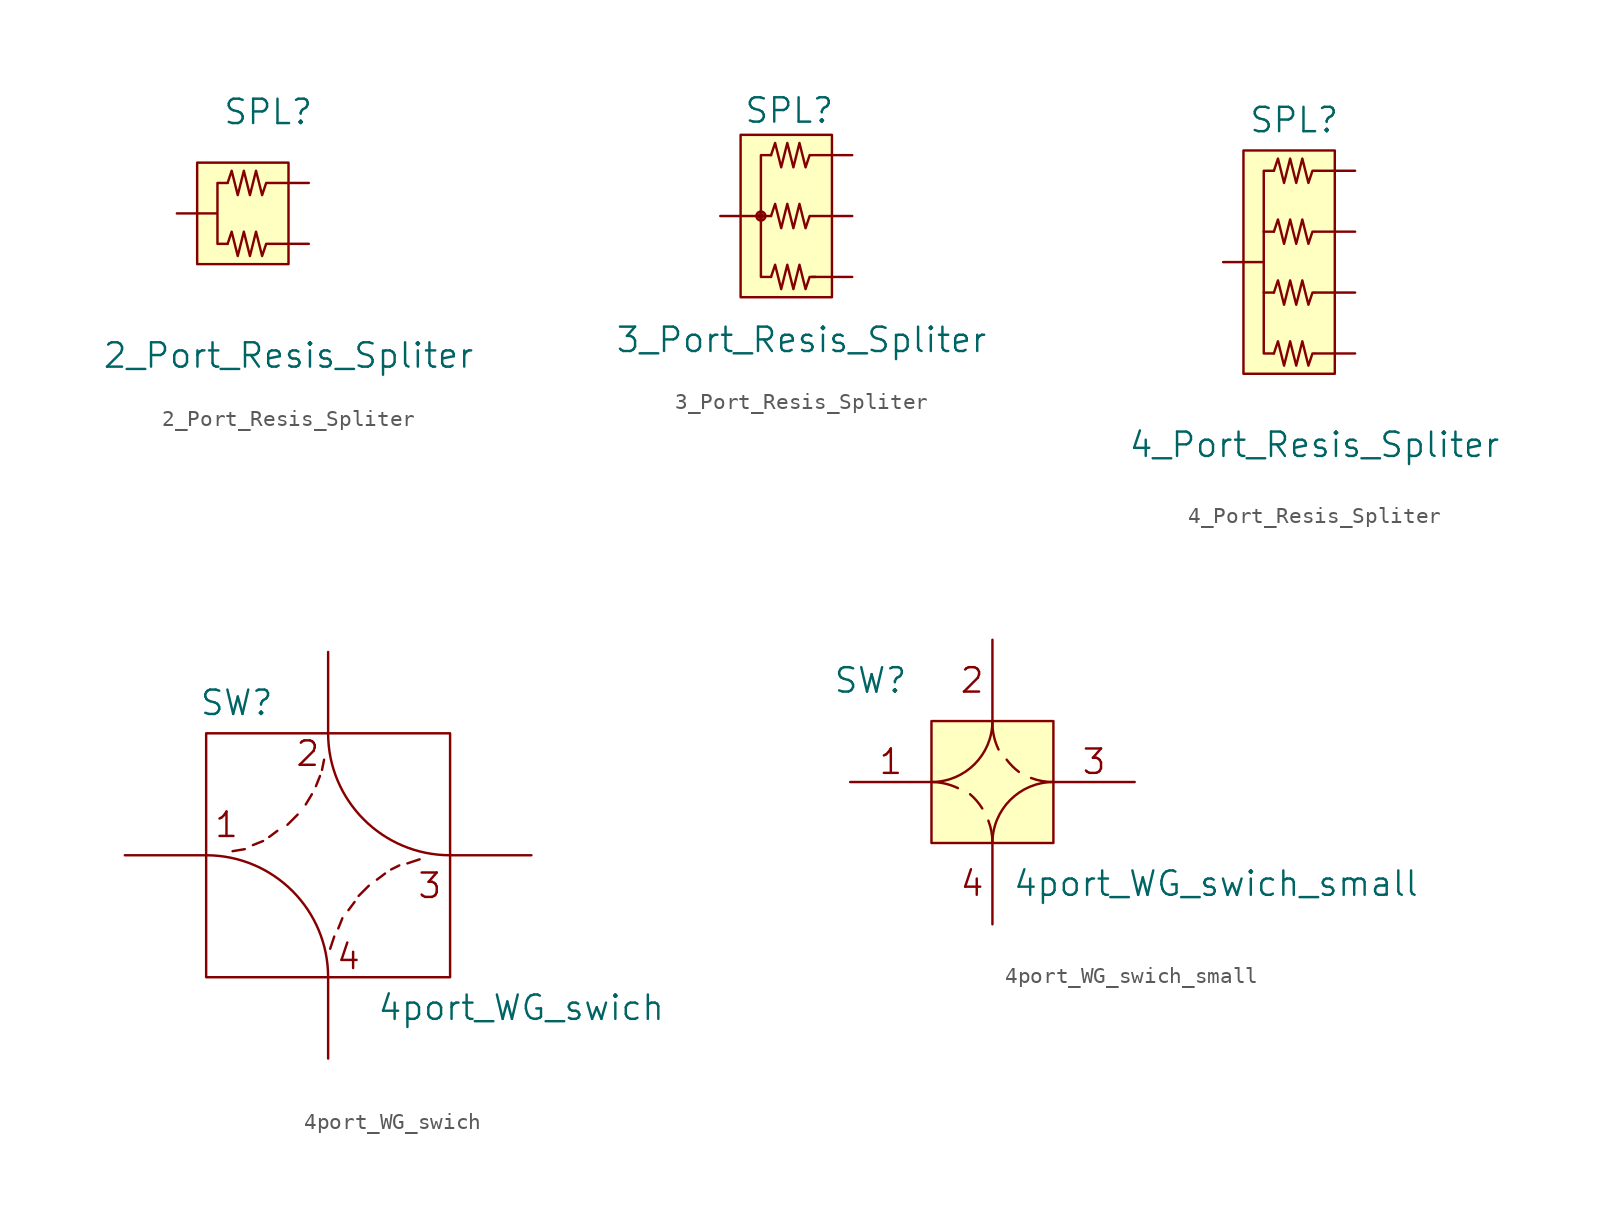
<source format=kicad_sym>
(kicad_symbol_lib
  (version 20211014)
  (generator kicad_symbol_editor)
  (symbol "2_Port_Resis_Spliter"
    (pin_names
      (offset 1.016))
    (property "Reference" "SPL"
      (at -1.27 6.35 0)
      (effects (font (size 1.524 1.524))))
    (property "Value" "2_Port_Resis_Spliter"
      (at 0 -8.89 0)
      (effects (font (size 1.524 1.524))))
    (property "Footprint" ""
      (at 1.27 1.27 0)
      (effects (font (size 1.524 1.524))))
    (property "Datasheet" ""
      (at 1.27 1.27 0)
      (effects (font (size 1.524 1.524))))
    (symbol "2_Port_Resis_Spliter_0_1"
      (rectangle (start -5.715 3.175) (end 0 -3.175) (stroke (width 0) (type default) (color 0 0 0 0)) (fill (type background)))
      (polyline (pts (xy -3.81 1.905) (xy -4.445 1.905) (xy -4.445 0) (xy -4.445 -1.905) (xy -3.81 -1.905)) (stroke (width 0) (type default) (color 0 0 0 0)) (fill (type none)))
      (polyline (pts (xy -3.81 -1.905) (xy -3.556 -1.143) (xy -3.175 -2.667) (xy -2.794 -1.143) (xy -2.413 -2.667) (xy -2.032 -1.143) (xy -1.651 -2.667) (xy -1.397 -1.905) (xy -1.27 -1.905)) (stroke (width 0) (type default) (color 0 0 0 0)) (fill (type none)))
      (polyline (pts (xy -3.81 1.905) (xy -3.556 2.667) (xy -3.175 1.143) (xy -2.794 2.667) (xy -2.413 1.143) (xy -2.032 2.667) (xy -1.651 1.143) (xy -1.397 1.905) (xy -1.27 1.905)) (stroke (width 0) (type default) (color 0 0 0 0)) (fill (type none))))
    (symbol "2_Port_Resis_Spliter_1_1"
      (pin input line (at -6.985 0 0) (length 2.489) (name "~" (effects (font (size 1.27 1.27)))) (number "~" (effects (font (size 1.27 1.27)))))
      (pin input line (at 1.27 -1.905 180) (length 2.489) (name "~" (effects (font (size 1.27 1.27)))) (number "~" (effects (font (size 1.27 1.27)))))
      (pin input line (at 1.27 1.905 180) (length 2.489) (name "~" (effects (font (size 1.27 1.27)))) (number "~" (effects (font (size 1.27 1.27)))))))
  (symbol "3_Port_Resis_Spliter"
    (pin_names
      (offset 1.016))
    (property "Reference" "SPL"
      (at -2.667 4.699 0)
      (effects (font (size 1.524 1.524))))
    (property "Value" "3_Port_Resis_Spliter"
      (at -1.905 -9.652 0)
      (effects (font (size 1.524 1.524))))
    (property "Footprint" ""
      (at 1.27 1.27 0)
      (effects (font (size 1.524 1.524))))
    (property "Datasheet" ""
      (at 1.27 1.27 0)
      (effects (font (size 1.524 1.524))))
    (symbol "3_Port_Resis_Spliter_0_1"
      (rectangle (start -5.715 3.175) (end 0 -6.985) (stroke (width 0) (type default) (color 0 0 0 0)) (fill (type background)))
      (circle (center -4.445 -1.905) (radius 0.127) (stroke (width 0) (type default) (color 0 0 0 0)) (fill (type none)))
      (circle (center -4.445 -1.905) (radius 0.279) (stroke (width 0) (type default) (color 0 0 0 0)) (fill (type none)))
      (polyline (pts (xy -4.445 -1.905) (xy -4.445 -5.715) (xy -3.81 -5.715)) (stroke (width 0) (type default) (color 0 0 0 0)) (fill (type none)))
      (polyline (pts (xy -3.81 1.905) (xy -4.445 1.905) (xy -4.445 0) (xy -4.445 -1.905) (xy -3.81 -1.905)) (stroke (width 0) (type default) (color 0 0 0 0)) (fill (type none)))
      (polyline (pts (xy -3.81 -1.905) (xy -3.556 -1.143) (xy -3.175 -2.667) (xy -2.794 -1.143) (xy -2.413 -2.667) (xy -2.032 -1.143) (xy -1.651 -2.667) (xy -1.397 -1.905) (xy -1.27 -1.905)) (stroke (width 0) (type default) (color 0 0 0 0)) (fill (type none)))
      (polyline (pts (xy -3.81 1.905) (xy -3.556 2.667) (xy -3.175 1.143) (xy -2.794 2.667) (xy -2.413 1.143) (xy -2.032 2.667) (xy -1.651 1.143) (xy -1.397 1.905) (xy -1.27 1.905)) (stroke (width 0) (type default) (color 0 0 0 0)) (fill (type none)))
      (polyline (pts (xy -3.81 -5.715) (xy -3.556 -4.953) (xy -3.175 -6.477) (xy -2.794 -4.953) (xy -2.413 -6.477) (xy -2.032 -4.953) (xy -1.651 -6.477) (xy -1.397 -5.715) (xy -1.27 -5.715) (xy -1.016 -5.715)) (stroke (width 0) (type default) (color 0 0 0 0)) (fill (type none))))
    (symbol "3_Port_Resis_Spliter_1_1"
      (pin input line (at -6.985 -1.905 0) (length 2.489) (name "~" (effects (font (size 1.27 1.27)))) (number "~" (effects (font (size 1.27 1.27)))))
      (pin input line (at 1.27 -5.715 180) (length 2.54) (name "~" (effects (font (size 1.27 1.27)))) (number "~" (effects (font (size 1.27 1.27)))))
      (pin input line (at 1.27 -1.905 180) (length 2.489) (name "~" (effects (font (size 1.27 1.27)))) (number "~" (effects (font (size 1.27 1.27)))))
      (pin input line (at 1.27 1.905 180) (length 2.489) (name "~" (effects (font (size 1.27 1.27)))) (number "~" (effects (font (size 1.27 1.27)))))))
  (symbol "4_Port_Resis_Spliter"
    (pin_names
      (offset 1.016))
    (property "Reference" "SPL"
      (at 0 8.89 0)
      (effects (font (size 1.524 1.524))))
    (property "Value" "4_Port_Resis_Spliter"
      (at 1.27 -11.43 0)
      (effects (font (size 1.524 1.524))))
    (property "Footprint" ""
      (at 3.81 5.08 0)
      (effects (font (size 1.524 1.524))))
    (property "Datasheet" ""
      (at 3.81 5.08 0)
      (effects (font (size 1.524 1.524))))
    (symbol "4_Port_Resis_Spliter_0_1"
      (rectangle (start -3.175 6.985) (end 2.54 -6.985) (stroke (width 0) (type default) (color 0 0 0 0)) (fill (type background)))
      (polyline (pts (xy -1.905 -1.905) (xy -1.905 1.905)) (stroke (width 0) (type default) (color 0 0 0 0)) (fill (type none)))
      (polyline (pts (xy -1.27 -1.905) (xy -1.905 -1.905) (xy -1.905 -3.81) (xy -1.905 -5.715) (xy -1.27 -5.715)) (stroke (width 0) (type default) (color 0 0 0 0)) (fill (type none)))
      (polyline (pts (xy -1.27 5.715) (xy -1.905 5.715) (xy -1.905 3.81) (xy -1.905 1.905) (xy -1.27 1.905)) (stroke (width 0) (type default) (color 0 0 0 0)) (fill (type none)))
      (polyline (pts (xy -1.27 -5.715) (xy -1.016 -4.953) (xy -0.635 -6.477) (xy -0.254 -4.953) (xy 0.127 -6.477) (xy 0.508 -4.953) (xy 0.889 -6.477) (xy 1.143 -5.715) (xy 1.27 -5.715)) (stroke (width 0) (type default) (color 0 0 0 0)) (fill (type none)))
      (polyline (pts (xy -1.27 -1.905) (xy -1.016 -1.143) (xy -0.635 -2.667) (xy -0.254 -1.143) (xy 0.127 -2.667) (xy 0.508 -1.143) (xy 0.889 -2.667) (xy 1.143 -1.905) (xy 1.27 -1.905)) (stroke (width 0) (type default) (color 0 0 0 0)) (fill (type none)))
      (polyline (pts (xy -1.27 1.905) (xy -1.016 2.667) (xy -0.635 1.143) (xy -0.254 2.667) (xy 0.127 1.143) (xy 0.508 2.667) (xy 0.889 1.143) (xy 1.143 1.905) (xy 1.27 1.905)) (stroke (width 0) (type default) (color 0 0 0 0)) (fill (type none)))
      (polyline (pts (xy -1.27 5.715) (xy -1.016 6.477) (xy -0.635 4.953) (xy -0.254 6.477) (xy 0.127 4.953) (xy 0.508 6.477) (xy 0.889 4.953) (xy 1.143 5.715) (xy 1.27 5.715)) (stroke (width 0) (type default) (color 0 0 0 0)) (fill (type none))))
    (symbol "4_Port_Resis_Spliter_1_1"
      (pin input line (at -4.445 0 0) (length 2.489) (name "~" (effects (font (size 1.27 1.27)))) (number "~" (effects (font (size 1.27 1.27)))))
      (pin input line (at 3.81 -5.715 180) (length 2.489) (name "~" (effects (font (size 1.27 1.27)))) (number "~" (effects (font (size 1.27 1.27)))))
      (pin input line (at 3.81 -1.905 180) (length 2.489) (name "~" (effects (font (size 1.27 1.27)))) (number "~" (effects (font (size 1.27 1.27)))))
      (pin input line (at 3.81 1.905 180) (length 2.489) (name "~" (effects (font (size 1.27 1.27)))) (number "~" (effects (font (size 1.27 1.27)))))
      (pin input line (at 3.81 5.715 180) (length 2.489) (name "~" (effects (font (size 1.27 1.27)))) (number "~" (effects (font (size 1.27 1.27)))))))
  (symbol "4port_WG_swich"
    (pin_names
      (offset 1.016))
    (property "Reference" "SW"
      (at -5.715 9.525 0)
      (effects (font (size 1.524 1.524))))
    (property "Value" "4port_WG_swich"
      (at 12.065 -9.525 0)
      (effects (font (size 1.524 1.524))))
    (property "Footprint" ""
      (at 0 0 0)
      (effects (font (size 1.524 1.524))))
    (property "Datasheet" ""
      (at 0 0 0)
      (effects (font (size 1.524 1.524))))
    (symbol "4port_WG_swich_0_0"
      (arc (start 0 -7.62) (mid -2.2318 -2.2318) (end -7.62 0) (stroke (width 0) (type default) (color 0 0 0 0)) (fill (type none)))
      (polyline (pts (xy -5.207 0.381) (xy -5.969 0.254)) (stroke (width 0) (type default) (color 0 0 0 0)) (fill (type none)))
      (polyline (pts (xy -4.064 0.889) (xy -4.699 0.635)) (stroke (width 0) (type default) (color 0 0 0 0)) (fill (type none)))
      (polyline (pts (xy -3.175 1.524) (xy -3.683 1.143)) (stroke (width 0) (type default) (color 0 0 0 0)) (fill (type none)))
      (polyline (pts (xy -2.54 1.905) (xy -1.905 2.54)) (stroke (width 0) (type default) (color 0 0 0 0)) (fill (type none)))
      (polyline (pts (xy -1.397 3.175) (xy -1.016 3.81)) (stroke (width 0) (type default) (color 0 0 0 0)) (fill (type none)))
      (polyline (pts (xy -0.762 4.318) (xy -0.508 4.953)) (stroke (width 0) (type default) (color 0 0 0 0)) (fill (type none)))
      (polyline (pts (xy -0.381 5.334) (xy -0.254 5.969)) (stroke (width 0) (type default) (color 0 0 0 0)) (fill (type none)))
      (polyline (pts (xy 0.381 -5.08) (xy 0.127 -5.842)) (stroke (width 0) (type default) (color 0 0 0 0)) (fill (type none)))
      (polyline (pts (xy 0.889 -3.937) (xy 0.635 -4.572)) (stroke (width 0) (type default) (color 0 0 0 0)) (fill (type none)))
      (polyline (pts (xy 1.651 -2.921) (xy 1.27 -3.429)) (stroke (width 0) (type default) (color 0 0 0 0)) (fill (type none)))
      (polyline (pts (xy 1.905 -2.54) (xy 2.54 -1.905)) (stroke (width 0) (type default) (color 0 0 0 0)) (fill (type none)))
      (polyline (pts (xy 3.048 -1.524) (xy 3.556 -1.143)) (stroke (width 0) (type default) (color 0 0 0 0)) (fill (type none)))
      (polyline (pts (xy 3.937 -0.889) (xy 4.445 -0.635)) (stroke (width 0) (type default) (color 0 0 0 0)) (fill (type none)))
      (polyline (pts (xy 4.953 -0.508) (xy 5.715 -0.254)) (stroke (width 0) (type default) (color 0 0 0 0)) (fill (type none)))
      (arc (start 0 7.62) (mid 2.2318 2.2318) (end 7.62 0) (stroke (width 0) (type default) (color 0 0 0 0)) (fill (type none)))
      (text "1" (at -6.35 1.905 0) (effects (font (size 1.524 1.524))))
      (text "2" (at -1.27 6.35 0) (effects (font (size 1.524 1.524))))
      (text "3" (at 6.35 -1.905 0) (effects (font (size 1.524 1.524))))
      (text "4" (at 1.27 -6.35 0) (effects (font (size 1.524 1.524)))))
    (symbol "4port_WG_swich_0_1"
      (rectangle (start 7.62 7.62) (end -7.62 -7.62) (stroke (width 0) (type default) (color 0 0 0 0)) (fill (type none))))
    (symbol "4port_WG_swich_1_1"
      (pin input line (at -12.7 0 0) (length 5.08) (name "~" (effects (font (size 1.27 1.27)))) (number "~" (effects (font (size 1.27 1.27)))))
      (pin input line (at 0 -12.7 90) (length 5.08) (name "~" (effects (font (size 1.27 1.27)))) (number "~" (effects (font (size 1.27 1.27)))))
      (pin input line (at 0 12.7 270) (length 5.08) (name "~" (effects (font (size 1.27 1.27)))) (number "~" (effects (font (size 1.27 1.27)))))
      (pin input line (at 12.7 0 180) (length 5.08) (name "~" (effects (font (size 1.27 1.27)))) (number "~" (effects (font (size 1.27 1.27)))))))
  (symbol "4port_WG_swich_small"
    (pin_names
      (offset 1.016))
    (property "Reference" "SW"
      (at -7.62 6.35 0)
      (effects (font (size 1.524 1.524))))
    (property "Value" "4port_WG_swich_small"
      (at 13.97 -6.35 0)
      (effects (font (size 1.524 1.524))))
    (property "Footprint" ""
      (at 0 0 0)
      (effects (font (size 1.524 1.524))))
    (property "Datasheet" ""
      (at 0 0 0)
      (effects (font (size 1.524 1.524))))
    (symbol "4port_WG_swich_small_0_0"
      (text "1" (at -6.35 1.27 0) (effects (font (size 1.524 1.524))))
      (text "2" (at -1.27 6.35 0) (effects (font (size 1.524 1.524))))
      (text "3" (at 6.35 1.27 0) (effects (font (size 1.524 1.524))))
      (text "4" (at -1.27 -6.35 0) (effects (font (size 1.524 1.524)))))
    (symbol "4port_WG_swich_small_0_1"
      (arc (start -3.81 0) (mid -1.1159 1.1159) (end 0 3.81) (stroke (width 0) (type default) (color 0 0 0 0)) (fill (type none)))
      (arc (start -2.159 -0.381) (mid -2.9633 -0.0996) (end -3.81 0) (stroke (width 0) (type default) (color 0 0 0 0)) (fill (type none)))
      (arc (start -0.635 -1.651) (mid -0.9816 -1.177) (end -1.397 -0.762) (stroke (width 0) (type default) (color 0 0 0 0)) (fill (type none)))
      (arc (start 0 -3.81) (mid -0.0616 -3.0996) (end -0.254 -2.413) (stroke (width 0) (type default) (color 0 0 0 0)) (fill (type none)))
      (polyline (pts (xy -3.81 3.81) (xy 3.81 3.81) (xy 3.81 -3.81) (xy -3.81 -3.81) (xy -3.81 3.81)) (stroke (width 0) (type default) (color 0 0 0 0)) (fill (type background)))
      (arc (start 0 3.81) (mid 0.0851 2.8986) (end 0.381 2.032) (stroke (width 0) (type default) (color 0 0 0 0)) (fill (type none)))
      (arc (start 0.889 1.397) (mid 1.2429 0.9889) (end 1.651 0.635) (stroke (width 0) (type default) (color 0 0 0 0)) (fill (type none)))
      (arc (start 2.413 0.254) (mid 3.0997 0.062) (end 3.81 0) (stroke (width 0) (type default) (color 0 0 0 0)) (fill (type none)))
      (arc (start 3.81 0) (mid 1.1159 -1.1159) (end 0 -3.81) (stroke (width 0) (type default) (color 0 0 0 0)) (fill (type none))))
    (symbol "4port_WG_swich_small_1_1"
      (pin input line (at -8.89 0 0) (length 5.08) (name "~" (effects (font (size 1.27 1.27)))) (number "~" (effects (font (size 1.27 1.27)))))
      (pin input line (at 0 -8.89 90) (length 5.08) (name "~" (effects (font (size 1.27 1.27)))) (number "~" (effects (font (size 1.27 1.27)))))
      (pin input line (at 0 8.89 270) (length 5.08) (name "~" (effects (font (size 1.27 1.27)))) (number "~" (effects (font (size 1.27 1.27)))))
      (pin input line (at 8.89 0 180) (length 5.08) (name "~" (effects (font (size 1.27 1.27)))) (number "~" (effects (font (size 1.27 1.27))))))))
</source>
